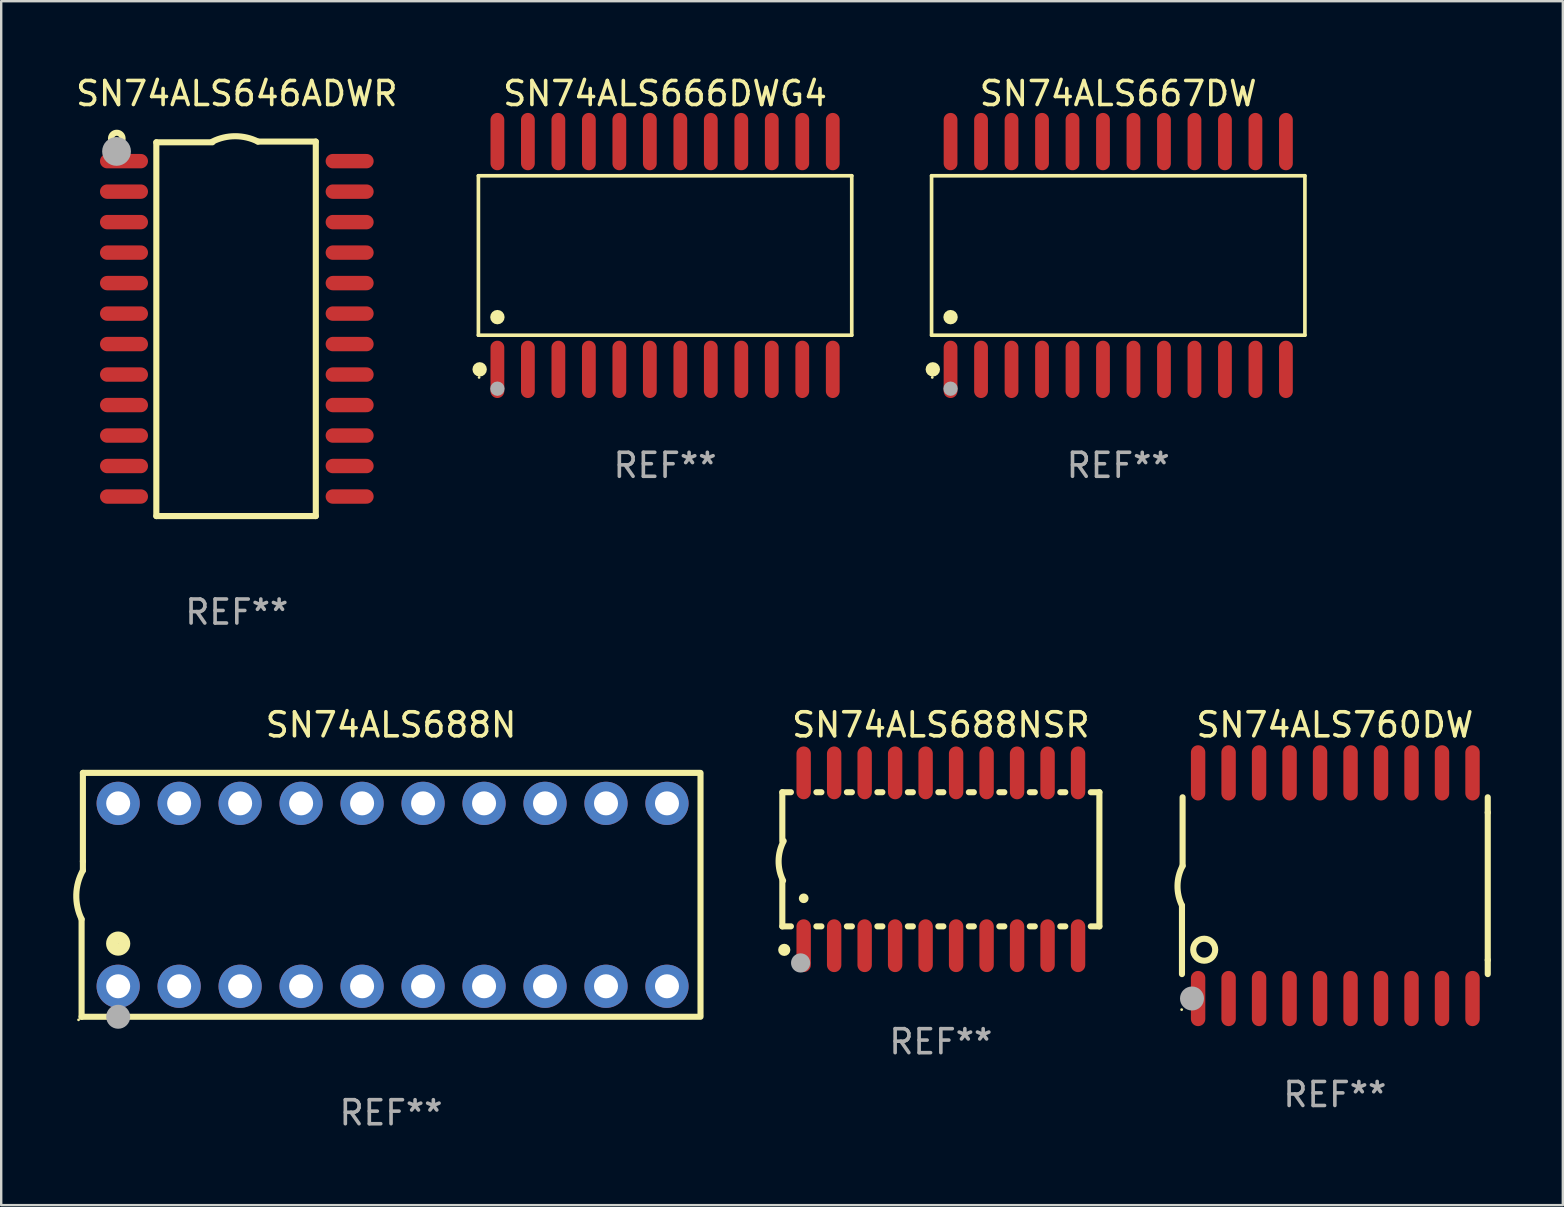
<source format=kicad_pcb>
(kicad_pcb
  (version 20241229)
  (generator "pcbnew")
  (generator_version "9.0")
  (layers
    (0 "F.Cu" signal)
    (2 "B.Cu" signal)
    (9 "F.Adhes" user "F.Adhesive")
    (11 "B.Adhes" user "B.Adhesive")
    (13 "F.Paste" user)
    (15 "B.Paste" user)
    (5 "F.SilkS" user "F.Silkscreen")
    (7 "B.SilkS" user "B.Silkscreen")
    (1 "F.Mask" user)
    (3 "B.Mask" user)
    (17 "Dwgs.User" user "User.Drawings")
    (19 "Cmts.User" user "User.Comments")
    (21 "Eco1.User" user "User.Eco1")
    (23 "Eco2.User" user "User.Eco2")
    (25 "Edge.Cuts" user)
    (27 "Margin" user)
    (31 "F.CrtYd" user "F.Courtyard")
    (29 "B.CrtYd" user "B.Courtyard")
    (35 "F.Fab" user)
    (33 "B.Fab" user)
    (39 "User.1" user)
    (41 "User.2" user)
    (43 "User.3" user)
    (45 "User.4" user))
  (footprint "SN74ALS688NSR"
    (layer "F.Cu")
    (at 36.143 32.745)
    (property "Reference" "SN74ALS688NSR" (at 0 -5.6 0) (layer "F.SilkS") (effects (font (size 1 1) (thickness 0.15))))
    (attr through_hole)
    (fp_line (start -6.604 -2.794) (end -6.246 -2.794) (stroke (width 0.254) (type solid)) (layer "F.SilkS"))
    (fp_line (start -6.604 -0.762) (end -6.604 -2.794) (stroke (width 0.254) (type solid)) (layer "F.SilkS"))
    (fp_line (start -6.604 2.794) (end -6.604 0.889) (stroke (width 0.254) (type solid)) (layer "F.SilkS"))
    (fp_line (start -6.246 2.794) (end -6.604 2.794) (stroke (width 0.254) (type solid)) (layer "F.SilkS"))
    (fp_line (start -5.184 -2.794) (end -4.976 -2.794) (stroke (width 0.254) (type solid)) (layer "F.SilkS"))
    (fp_line (start -4.976 2.794) (end -5.184 2.794) (stroke (width 0.254) (type solid)) (layer "F.SilkS"))
    (fp_line (start -3.914 -2.794) (end -3.706 -2.794) (stroke (width 0.254) (type solid)) (layer "F.SilkS"))
    (fp_line (start -3.706 2.794) (end -3.914 2.794) (stroke (width 0.254) (type solid)) (layer "F.SilkS"))
    (fp_line (start -2.644 -2.794) (end -2.436 -2.794) (stroke (width 0.254) (type solid)) (layer "F.SilkS"))
    (fp_line (start -2.436 2.794) (end -2.644 2.794) (stroke (width 0.254) (type solid)) (layer "F.SilkS"))
    (fp_line (start -1.374 -2.794) (end -1.166 -2.794) (stroke (width 0.254) (type solid)) (layer "F.SilkS"))
    (fp_line (start -1.166 2.794) (end -1.374 2.794) (stroke (width 0.254) (type solid)) (layer "F.SilkS"))
    (fp_line (start -0.104 -2.794) (end 0.104 -2.794) (stroke (width 0.254) (type solid)) (layer "F.SilkS"))
    (fp_line (start 0.104 2.794) (end -0.104 2.794) (stroke (width 0.254) (type solid)) (layer "F.SilkS"))
    (fp_line (start 1.166 -2.794) (end 1.374 -2.794) (stroke (width 0.254) (type solid)) (layer "F.SilkS"))
    (fp_line (start 1.374 2.794) (end 1.166 2.794) (stroke (width 0.254) (type solid)) (layer "F.SilkS"))
    (fp_line (start 2.436 -2.794) (end 2.644 -2.794) (stroke (width 0.254) (type solid)) (layer "F.SilkS"))
    (fp_line (start 2.644 2.794) (end 2.436 2.794) (stroke (width 0.254) (type solid)) (layer "F.SilkS"))
    (fp_line (start 3.706 -2.794) (end 3.914 -2.794) (stroke (width 0.254) (type solid)) (layer "F.SilkS"))
    (fp_line (start 3.914 2.794) (end 3.706 2.794) (stroke (width 0.254) (type solid)) (layer "F.SilkS"))
    (fp_line (start 4.976 -2.794) (end 5.184 -2.794) (stroke (width 0.254) (type solid)) (layer "F.SilkS"))
    (fp_line (start 5.184 2.794) (end 4.976 2.794) (stroke (width 0.254) (type solid)) (layer "F.SilkS"))
    (fp_line (start 6.246 -2.794) (end 6.604 -2.794) (stroke (width 0.254) (type solid)) (layer "F.SilkS"))
    (fp_line (start 6.604 -2.794) (end 6.604 2.794) (stroke (width 0.254) (type solid)) (layer "F.SilkS"))
    (fp_line (start 6.604 2.794) (end 6.246 2.794) (stroke (width 0.254) (type solid)) (layer "F.SilkS"))
    (fp_arc (start -6.572821 0.889028) (mid -6.759035 0.060466) (end -6.547422 -0.761976) (stroke (width 0.254001) (type solid)) (layer "F.SilkS"))
    (fp_arc (start -6.570993 3.749047) (mid -6.569723 3.749042) (end -6.568453 3.749047) (stroke (width 0.3) (type solid)) (layer "F.SilkS"))
    (fp_arc (start -5.715011 1.625603) (mid -5.713741 1.625599) (end -5.712471 1.625603) (stroke (width 0.4) (type solid)) (layer "F.SilkS"))
    (fp_circle (center -6.523 3.773) (end -6.396 3.773) (stroke (width 0.254) (type solid)) (fill no) (layer "F.SilkS"))
    (fp_circle (center -5.842 4.318) (end -5.642 4.318) (stroke (width 0.4) (type solid)) (fill no) (layer "F.Fab"))
    (fp_text user "REF**" (at 0 7.6 0) (layer "F.Fab") (effects (font (size 1 1) (thickness 0.15))))
    (pad "1" smd oval (at -5.715 3.6) (size 0.6 2.2) (layers "F.Cu" "F.Mask" "F.Paste"))
    (pad "2" smd oval (at -4.445 3.6) (size 0.6 2.2) (layers "F.Cu" "F.Mask" "F.Paste"))
    (pad "3" smd oval (at -3.175 3.6) (size 0.6 2.2) (layers "F.Cu" "F.Mask" "F.Paste"))
    (pad "4" smd oval (at -1.905 3.6) (size 0.6 2.2) (layers "F.Cu" "F.Mask" "F.Paste"))
    (pad "5" smd oval (at -0.635 3.6) (size 0.6 2.2) (layers "F.Cu" "F.Mask" "F.Paste"))
    (pad "6" smd oval (at 0.635 3.6) (size 0.6 2.2) (layers "F.Cu" "F.Mask" "F.Paste"))
    (pad "7" smd oval (at 1.905 3.6) (size 0.6 2.2) (layers "F.Cu" "F.Mask" "F.Paste"))
    (pad "8" smd oval (at 3.175 3.6) (size 0.6 2.2) (layers "F.Cu" "F.Mask" "F.Paste"))
    (pad "9" smd oval (at 4.445 3.6) (size 0.6 2.2) (layers "F.Cu" "F.Mask" "F.Paste"))
    (pad "10" smd oval (at 5.715 3.6) (size 0.6 2.2) (layers "F.Cu" "F.Mask" "F.Paste"))
    (pad "11" smd oval (at 5.715 -3.6 180) (size 0.6 2.2) (layers "F.Cu" "F.Mask" "F.Paste"))
    (pad "12" smd oval (at 4.445 -3.6 180) (size 0.6 2.2) (layers "F.Cu" "F.Mask" "F.Paste"))
    (pad "13" smd oval (at 3.175 -3.6 180) (size 0.6 2.2) (layers "F.Cu" "F.Mask" "F.Paste"))
    (pad "14" smd oval (at 1.905 -3.6 180) (size 0.6 2.2) (layers "F.Cu" "F.Mask" "F.Paste"))
    (pad "15" smd oval (at 0.635 -3.6 180) (size 0.6 2.2) (layers "F.Cu" "F.Mask" "F.Paste"))
    (pad "16" smd oval (at -0.635 -3.6 180) (size 0.6 2.2) (layers "F.Cu" "F.Mask" "F.Paste"))
    (pad "17" smd oval (at -1.905 -3.6 180) (size 0.6 2.2) (layers "F.Cu" "F.Mask" "F.Paste"))
    (pad "18" smd oval (at -3.175 -3.6 180) (size 0.6 2.2) (layers "F.Cu" "F.Mask" "F.Paste"))
    (pad "19" smd oval (at -4.445 -3.6 180) (size 0.6 2.2) (layers "F.Cu" "F.Mask" "F.Paste"))
    (pad "20" smd oval (at -5.715 -3.6 180) (size 0.6 2.2) (layers "F.Cu" "F.Mask" "F.Paste")))
  (footprint "SN74ALS688N"
    (layer "F.Cu")
    (at 13.24 34.225)
    (property "Reference" "SN74ALS688N" (at 0 -7.08 0) (layer "F.SilkS") (effects (font (size 1 1) (thickness 0.15))))
    (attr through_hole)
    (fp_line (start -12.891 5.08) (end -12.891 1.016) (stroke (width 0.254) (type solid)) (layer "F.SilkS"))
    (fp_line (start -12.891 5.08) (end 12.891 5.08) (stroke (width 0.254) (type solid)) (layer "F.SilkS"))
    (fp_line (start -12.837 -5.08) (end -12.837 -1.397) (stroke (width 0.254) (type solid)) (layer "F.SilkS"))
    (fp_line (start -12.837 -5.08) (end 12.891 -5.08) (stroke (width 0.254) (type solid)) (layer "F.SilkS"))
    (fp_line (start -12.837 -1.397) (end -12.837 -1.016) (stroke (width 0.254) (type solid)) (layer "F.SilkS"))
    (fp_line (start 12.891 -5) (end 12.891 5) (stroke (width 0.254) (type solid)) (layer "F.SilkS"))
    (fp_arc (start -12.890526 1.016002) (mid -13.111945 -0.006602) (end -12.836525 -1.016002) (stroke (width 0.254001) (type solid)) (layer "F.SilkS"))
    (fp_circle (center -13.018 5.207) (end -12.988 5.207) (stroke (width 0.06) (type solid)) (fill no) (layer "F.SilkS"))
    (fp_circle (center -11.367 2.032) (end -11.113 2.032) (stroke (width 0.5) (type solid)) (fill no) (layer "F.SilkS"))
    (fp_circle (center -11.367 5.08) (end -11.117 5.08) (stroke (width 0.5) (type solid)) (fill no) (layer "F.Fab"))
    (fp_text user "REF**" (at 0 9.08 0) (layer "F.Fab") (effects (font (size 1 1) (thickness 0.15))))
    (pad "1" thru_hole circle (at -11.367 3.81) (size 1.8 1.8) (drill 1) (layers "*.Cu" "*.Mask"))
    (pad "2" thru_hole circle (at -8.827 3.81) (size 1.8 1.8) (drill 1) (layers "*.Cu" "*.Mask"))
    (pad "3" thru_hole circle (at -6.287 3.81) (size 1.8 1.8) (drill 1) (layers "*.Cu" "*.Mask"))
    (pad "4" thru_hole circle (at -3.747 3.81) (size 1.8 1.8) (drill 1) (layers "*.Cu" "*.Mask"))
    (pad "5" thru_hole circle (at -1.207 3.81) (size 1.8 1.8) (drill 1) (layers "*.Cu" "*.Mask"))
    (pad "6" thru_hole circle (at 1.334 3.81) (size 1.8 1.8) (drill 1) (layers "*.Cu" "*.Mask"))
    (pad "7" thru_hole circle (at 3.874 3.81) (size 1.8 1.8) (drill 1) (layers "*.Cu" "*.Mask"))
    (pad "8" thru_hole circle (at 6.414 3.81) (size 1.8 1.8) (drill 1) (layers "*.Cu" "*.Mask"))
    (pad "9" thru_hole circle (at 8.954 3.81) (size 1.8 1.8) (drill 1) (layers "*.Cu" "*.Mask"))
    (pad "10" thru_hole circle (at 11.494 3.81) (size 1.8 1.8) (drill 1) (layers "*.Cu" "*.Mask"))
    (pad "11" thru_hole circle (at 11.494 -3.81) (size 1.8 1.8) (drill 1) (layers "*.Cu" "*.Mask"))
    (pad "12" thru_hole circle (at 8.954 -3.81) (size 1.8 1.8) (drill 1) (layers "*.Cu" "*.Mask"))
    (pad "13" thru_hole circle (at 6.414 -3.81) (size 1.8 1.8) (drill 1) (layers "*.Cu" "*.Mask"))
    (pad "14" thru_hole circle (at 3.874 -3.81) (size 1.8 1.8) (drill 1) (layers "*.Cu" "*.Mask"))
    (pad "15" thru_hole circle (at 1.334 -3.81) (size 1.8 1.8) (drill 1) (layers "*.Cu" "*.Mask"))
    (pad "16" thru_hole circle (at -1.207 -3.81) (size 1.8 1.8) (drill 1) (layers "*.Cu" "*.Mask"))
    (pad "17" thru_hole circle (at -3.747 -3.81) (size 1.8 1.8) (drill 1) (layers "*.Cu" "*.Mask"))
    (pad "18" thru_hole circle (at -6.287 -3.81) (size 1.8 1.8) (drill 1) (layers "*.Cu" "*.Mask"))
    (pad "19" thru_hole circle (at -8.827 -3.81) (size 1.8 1.8) (drill 1) (layers "*.Cu" "*.Mask"))
    (pad "20" thru_hole circle (at -11.367 -3.81) (size 1.8 1.8) (drill 1) (layers "*.Cu" "*.Mask")))
  (footprint "SN74ALS666DWG4"
    (layer "F.Cu")
    (at 24.655 7.592)
    (property "Reference" "SN74ALS666DWG4" (at 0 -6.744 0) (layer "F.SilkS") (effects (font (size 1 1) (thickness 0.15))))
    (attr through_hole)
    (fp_line (start -7.776 -3.321) (end 7.776 -3.321) (stroke (width 0.152) (type solid)) (layer "F.SilkS"))
    (fp_line (start -7.776 3.321) (end -7.776 -3.321) (stroke (width 0.152) (type solid)) (layer "F.SilkS"))
    (fp_line (start 7.776 -3.321) (end 7.776 3.321) (stroke (width 0.152) (type solid)) (layer "F.SilkS"))
    (fp_line (start 7.776 3.321) (end -7.776 3.321) (stroke (width 0.152) (type solid)) (layer "F.SilkS"))
    (fp_circle (center -7.747 5.08) (end -7.717 5.08) (stroke (width 0.06) (type solid)) (fill no) (layer "F.SilkS"))
    (fp_circle (center -7.724 4.744) (end -7.574 4.744) (stroke (width 0.3) (type solid)) (fill no) (layer "F.SilkS"))
    (fp_circle (center -6.985 2.569) (end -6.835 2.569) (stroke (width 0.3) (type solid)) (fill no) (layer "F.SilkS"))
    (fp_circle (center -6.985 5.55) (end -6.835 5.55) (stroke (width 0.3) (type solid)) (fill no) (layer "F.Fab"))
    (fp_text user "REF**" (at 0 8.744 0) (layer "F.Fab") (effects (font (size 1 1) (thickness 0.15))))
    (pad "1" smd oval (at -6.985 4.744) (size 0.574 2.388) (layers "F.Cu" "F.Mask" "F.Paste"))
    (pad "2" smd oval (at -5.715 4.744) (size 0.574 2.388) (layers "F.Cu" "F.Mask" "F.Paste"))
    (pad "3" smd oval (at -4.445 4.744) (size 0.574 2.388) (layers "F.Cu" "F.Mask" "F.Paste"))
    (pad "4" smd oval (at -3.175 4.744) (size 0.574 2.388) (layers "F.Cu" "F.Mask" "F.Paste"))
    (pad "5" smd oval (at -1.905 4.744) (size 0.574 2.388) (layers "F.Cu" "F.Mask" "F.Paste"))
    (pad "6" smd oval (at -0.635 4.744) (size 0.574 2.388) (layers "F.Cu" "F.Mask" "F.Paste"))
    (pad "7" smd oval (at 0.635 4.744) (size 0.574 2.388) (layers "F.Cu" "F.Mask" "F.Paste"))
    (pad "8" smd oval (at 1.905 4.744) (size 0.574 2.388) (layers "F.Cu" "F.Mask" "F.Paste"))
    (pad "9" smd oval (at 3.175 4.744) (size 0.574 2.388) (layers "F.Cu" "F.Mask" "F.Paste"))
    (pad "10" smd oval (at 4.445 4.744) (size 0.574 2.388) (layers "F.Cu" "F.Mask" "F.Paste"))
    (pad "11" smd oval (at 5.715 4.744) (size 0.574 2.388) (layers "F.Cu" "F.Mask" "F.Paste"))
    (pad "12" smd oval (at 6.985 4.744) (size 0.574 2.388) (layers "F.Cu" "F.Mask" "F.Paste"))
    (pad "13" smd oval (at 6.985 -4.744) (size 0.574 2.388) (layers "F.Cu" "F.Mask" "F.Paste"))
    (pad "14" smd oval (at 5.715 -4.744) (size 0.574 2.388) (layers "F.Cu" "F.Mask" "F.Paste"))
    (pad "15" smd oval (at 4.445 -4.744) (size 0.574 2.388) (layers "F.Cu" "F.Mask" "F.Paste"))
    (pad "16" smd oval (at 3.175 -4.744) (size 0.574 2.388) (layers "F.Cu" "F.Mask" "F.Paste"))
    (pad "17" smd oval (at 1.905 -4.744) (size 0.574 2.388) (layers "F.Cu" "F.Mask" "F.Paste"))
    (pad "18" smd oval (at 0.635 -4.744) (size 0.574 2.388) (layers "F.Cu" "F.Mask" "F.Paste"))
    (pad "19" smd oval (at -0.635 -4.744) (size 0.574 2.388) (layers "F.Cu" "F.Mask" "F.Paste"))
    (pad "20" smd oval (at -1.905 -4.744) (size 0.574 2.388) (layers "F.Cu" "F.Mask" "F.Paste"))
    (pad "21" smd oval (at -3.175 -4.744) (size 0.574 2.388) (layers "F.Cu" "F.Mask" "F.Paste"))
    (pad "22" smd oval (at -4.445 -4.744) (size 0.574 2.388) (layers "F.Cu" "F.Mask" "F.Paste"))
    (pad "23" smd oval (at -5.715 -4.744) (size 0.574 2.388) (layers "F.Cu" "F.Mask" "F.Paste"))
    (pad "24" smd oval (at -6.985 -4.744) (size 0.574 2.388) (layers "F.Cu" "F.Mask" "F.Paste")))
  (footprint "SN74ALS667DW"
    (layer "F.Cu")
    (at 43.532 7.592)
    (property "Reference" "SN74ALS667DW" (at 0 -6.744 0) (layer "F.SilkS") (effects (font (size 1 1) (thickness 0.15))))
    (attr through_hole)
    (fp_line (start -7.776 -3.321) (end 7.776 -3.321) (stroke (width 0.152) (type solid)) (layer "F.SilkS"))
    (fp_line (start -7.776 3.321) (end -7.776 -3.321) (stroke (width 0.152) (type solid)) (layer "F.SilkS"))
    (fp_line (start 7.776 -3.321) (end 7.776 3.321) (stroke (width 0.152) (type solid)) (layer "F.SilkS"))
    (fp_line (start 7.776 3.321) (end -7.776 3.321) (stroke (width 0.152) (type solid)) (layer "F.SilkS"))
    (fp_circle (center -7.747 5.08) (end -7.717 5.08) (stroke (width 0.06) (type solid)) (fill no) (layer "F.SilkS"))
    (fp_circle (center -7.724 4.744) (end -7.574 4.744) (stroke (width 0.3) (type solid)) (fill no) (layer "F.SilkS"))
    (fp_circle (center -6.985 2.569) (end -6.835 2.569) (stroke (width 0.3) (type solid)) (fill no) (layer "F.SilkS"))
    (fp_circle (center -6.985 5.55) (end -6.835 5.55) (stroke (width 0.3) (type solid)) (fill no) (layer "F.Fab"))
    (fp_text user "REF**" (at 0 8.744 0) (layer "F.Fab") (effects (font (size 1 1) (thickness 0.15))))
    (pad "1" smd oval (at -6.985 4.744) (size 0.574 2.388) (layers "F.Cu" "F.Mask" "F.Paste"))
    (pad "2" smd oval (at -5.715 4.744) (size 0.574 2.388) (layers "F.Cu" "F.Mask" "F.Paste"))
    (pad "3" smd oval (at -4.445 4.744) (size 0.574 2.388) (layers "F.Cu" "F.Mask" "F.Paste"))
    (pad "4" smd oval (at -3.175 4.744) (size 0.574 2.388) (layers "F.Cu" "F.Mask" "F.Paste"))
    (pad "5" smd oval (at -1.905 4.744) (size 0.574 2.388) (layers "F.Cu" "F.Mask" "F.Paste"))
    (pad "6" smd oval (at -0.635 4.744) (size 0.574 2.388) (layers "F.Cu" "F.Mask" "F.Paste"))
    (pad "7" smd oval (at 0.635 4.744) (size 0.574 2.388) (layers "F.Cu" "F.Mask" "F.Paste"))
    (pad "8" smd oval (at 1.905 4.744) (size 0.574 2.388) (layers "F.Cu" "F.Mask" "F.Paste"))
    (pad "9" smd oval (at 3.175 4.744) (size 0.574 2.388) (layers "F.Cu" "F.Mask" "F.Paste"))
    (pad "10" smd oval (at 4.445 4.744) (size 0.574 2.388) (layers "F.Cu" "F.Mask" "F.Paste"))
    (pad "11" smd oval (at 5.715 4.744) (size 0.574 2.388) (layers "F.Cu" "F.Mask" "F.Paste"))
    (pad "12" smd oval (at 6.985 4.744) (size 0.574 2.388) (layers "F.Cu" "F.Mask" "F.Paste"))
    (pad "13" smd oval (at 6.985 -4.744) (size 0.574 2.388) (layers "F.Cu" "F.Mask" "F.Paste"))
    (pad "14" smd oval (at 5.715 -4.744) (size 0.574 2.388) (layers "F.Cu" "F.Mask" "F.Paste"))
    (pad "15" smd oval (at 4.445 -4.744) (size 0.574 2.388) (layers "F.Cu" "F.Mask" "F.Paste"))
    (pad "16" smd oval (at 3.175 -4.744) (size 0.574 2.388) (layers "F.Cu" "F.Mask" "F.Paste"))
    (pad "17" smd oval (at 1.905 -4.744) (size 0.574 2.388) (layers "F.Cu" "F.Mask" "F.Paste"))
    (pad "18" smd oval (at 0.635 -4.744) (size 0.574 2.388) (layers "F.Cu" "F.Mask" "F.Paste"))
    (pad "19" smd oval (at -0.635 -4.744) (size 0.574 2.388) (layers "F.Cu" "F.Mask" "F.Paste"))
    (pad "20" smd oval (at -1.905 -4.744) (size 0.574 2.388) (layers "F.Cu" "F.Mask" "F.Paste"))
    (pad "21" smd oval (at -3.175 -4.744) (size 0.574 2.388) (layers "F.Cu" "F.Mask" "F.Paste"))
    (pad "22" smd oval (at -4.445 -4.744) (size 0.574 2.388) (layers "F.Cu" "F.Mask" "F.Paste"))
    (pad "23" smd oval (at -5.715 -4.744) (size 0.574 2.388) (layers "F.Cu" "F.Mask" "F.Paste"))
    (pad "24" smd oval (at -6.985 -4.744) (size 0.574 2.388) (layers "F.Cu" "F.Mask" "F.Paste")))
  (footprint "SN74ALS760DW"
    (layer "F.Cu")
    (at 52.556 33.845)
    (property "Reference" "SN74ALS760DW" (at 0 -6.7 0) (layer "F.SilkS") (effects (font (size 1 1) (thickness 0.15))))
    (attr through_hole)
    (fp_line (start -6.369 0.826) (end -6.369 3.683) (stroke (width 0.254) (type solid)) (layer "F.SilkS"))
    (fp_line (start -6.343 -0.825) (end -6.343 -3.683) (stroke (width 0.254) (type solid)) (layer "F.SilkS"))
    (fp_line (start 6.369 -3.048) (end 6.369 -3.683) (stroke (width 0.254) (type solid)) (layer "F.SilkS"))
    (fp_line (start 6.369 -3.048) (end 6.369 3.096) (stroke (width 0.254) (type solid)) (layer "F.SilkS"))
    (fp_line (start 6.369 3.096) (end 6.369 3.683) (stroke (width 0.254) (type solid)) (layer "F.SilkS"))
    (fp_arc (start -6.36853 0.825552) (mid -6.554743 -0.00301) (end -6.343129 -0.825451) (stroke (width 0.254001) (type solid)) (layer "F.SilkS"))
    (fp_circle (center -6.382 5.163) (end -6.352 5.163) (stroke (width 0.06) (type solid)) (fill no) (layer "F.SilkS"))
    (fp_circle (center -5.443 2.667) (end -4.985 2.667) (stroke (width 0.254) (type solid)) (fill no) (layer "F.SilkS"))
    (fp_circle (center -5.951 4.699) (end -5.701 4.699) (stroke (width 0.5) (type solid)) (fill no) (layer "F.Fab"))
    (fp_text user "REF**" (at 0 8.7 0) (layer "F.Fab") (effects (font (size 1 1) (thickness 0.15))))
    (pad "1" smd oval (at -5.697 4.7 180) (size 0.6 2.3) (layers "F.Cu" "F.Mask" "F.Paste"))
    (pad "2" smd oval (at -4.427 4.7 180) (size 0.6 2.3) (layers "F.Cu" "F.Mask" "F.Paste"))
    (pad "3" smd oval (at -3.157 4.7 180) (size 0.6 2.3) (layers "F.Cu" "F.Mask" "F.Paste"))
    (pad "4" smd oval (at -1.887 4.7 180) (size 0.6 2.3) (layers "F.Cu" "F.Mask" "F.Paste"))
    (pad "5" smd oval (at -0.617 4.7 180) (size 0.6 2.3) (layers "F.Cu" "F.Mask" "F.Paste"))
    (pad "6" smd oval (at 0.653 4.7 180) (size 0.6 2.3) (layers "F.Cu" "F.Mask" "F.Paste"))
    (pad "7" smd oval (at 1.923 4.7 180) (size 0.6 2.3) (layers "F.Cu" "F.Mask" "F.Paste"))
    (pad "8" smd oval (at 3.193 4.7 180) (size 0.6 2.3) (layers "F.Cu" "F.Mask" "F.Paste"))
    (pad "9" smd oval (at 4.463 4.7 180) (size 0.6 2.3) (layers "F.Cu" "F.Mask" "F.Paste"))
    (pad "10" smd oval (at 5.734 4.7 180) (size 0.6 2.3) (layers "F.Cu" "F.Mask" "F.Paste"))
    (pad "11" smd oval (at 5.734 -4.7 180) (size 0.6 2.3) (layers "F.Cu" "F.Mask" "F.Paste"))
    (pad "12" smd oval (at 4.463 -4.7 180) (size 0.6 2.3) (layers "F.Cu" "F.Mask" "F.Paste"))
    (pad "13" smd oval (at 3.193 -4.7 180) (size 0.6 2.3) (layers "F.Cu" "F.Mask" "F.Paste"))
    (pad "14" smd oval (at 1.923 -4.7 180) (size 0.6 2.3) (layers "F.Cu" "F.Mask" "F.Paste"))
    (pad "15" smd oval (at 0.653 -4.7 180) (size 0.6 2.3) (layers "F.Cu" "F.Mask" "F.Paste"))
    (pad "16" smd oval (at -0.617 -4.7 180) (size 0.6 2.3) (layers "F.Cu" "F.Mask" "F.Paste"))
    (pad "17" smd oval (at -1.887 -4.7 180) (size 0.6 2.3) (layers "F.Cu" "F.Mask" "F.Paste"))
    (pad "18" smd oval (at -3.157 -4.7 180) (size 0.6 2.3) (layers "F.Cu" "F.Mask" "F.Paste"))
    (pad "19" smd oval (at -4.427 -4.7 180) (size 0.6 2.3) (layers "F.Cu" "F.Mask" "F.Paste"))
    (pad "20" smd oval (at -5.697 -4.7 180) (size 0.6 2.3) (layers "F.Cu" "F.Mask" "F.Paste")))
  (footprint "SN74ALS646ADWR"
    (layer "F.Cu")
    (at 6.815 10.648)
    (property "Reference" "SN74ALS646ADWR" (at 0 -9.8 0) (layer "F.SilkS") (effects (font (size 1 1) (thickness 0.15))))
    (attr through_hole)
    (fp_line (start -3.353 -7.77) (end -1.016 -7.77) (stroke (width 0.254) (type solid)) (layer "F.SilkS"))
    (fp_line (start -3.353 7.8) (end -3.353 -7.77) (stroke (width 0.254) (type solid)) (layer "F.SilkS"))
    (fp_line (start 0.881 -7.8) (end 3.29 -7.8) (stroke (width 0.254) (type solid)) (layer "F.SilkS"))
    (fp_line (start 3.29 -7.8) (end 3.29 7.8) (stroke (width 0.254) (type solid)) (layer "F.SilkS"))
    (fp_line (start 3.29 7.8) (end -3.353 7.8) (stroke (width 0.254) (type solid)) (layer "F.SilkS"))
    (fp_arc (start -1.015951 -7.800025) (mid -0.067691 -8.023879) (end 0.880569 -7.800025) (stroke (width 0.254001) (type solid)) (layer "F.SilkS"))
    (fp_circle (center -5 -7.927) (end -4.886 -7.927) (stroke (width 0.254) (type solid)) (fill no) (layer "F.SilkS"))
    (fp_circle (center -5.01 -7.39) (end -4.71 -7.39) (stroke (width 0.6) (type solid)) (fill no) (layer "F.Fab"))
    (fp_text user "REF**" (at 0 11.8 0) (layer "F.Fab") (effects (font (size 1 1) (thickness 0.15))))
    (pad "1" smd oval (at -4.7 -6.985 270) (size 0.6 2) (layers "F.Cu" "F.Mask" "F.Paste"))
    (pad "2" smd oval (at -4.7 -5.715 270) (size 0.6 2) (layers "F.Cu" "F.Mask" "F.Paste"))
    (pad "3" smd oval (at -4.7 -4.445 270) (size 0.6 2) (layers "F.Cu" "F.Mask" "F.Paste"))
    (pad "4" smd oval (at -4.7 -3.175 270) (size 0.6 2) (layers "F.Cu" "F.Mask" "F.Paste"))
    (pad "5" smd oval (at -4.7 -1.905 270) (size 0.6 2) (layers "F.Cu" "F.Mask" "F.Paste"))
    (pad "6" smd oval (at -4.7 -0.635 270) (size 0.6 2) (layers "F.Cu" "F.Mask" "F.Paste"))
    (pad "7" smd oval (at -4.7 0.635 270) (size 0.6 2) (layers "F.Cu" "F.Mask" "F.Paste"))
    (pad "8" smd oval (at -4.7 1.905 270) (size 0.6 2) (layers "F.Cu" "F.Mask" "F.Paste"))
    (pad "9" smd oval (at -4.7 3.175 270) (size 0.6 2) (layers "F.Cu" "F.Mask" "F.Paste"))
    (pad "10" smd oval (at -4.7 4.445 270) (size 0.6 2) (layers "F.Cu" "F.Mask" "F.Paste"))
    (pad "11" smd oval (at -4.7 5.715 270) (size 0.6 2) (layers "F.Cu" "F.Mask" "F.Paste"))
    (pad "12" smd oval (at -4.7 6.985 270) (size 0.6 2) (layers "F.Cu" "F.Mask" "F.Paste"))
    (pad "13" smd oval (at 4.7 6.985 270) (size 0.6 2) (layers "F.Cu" "F.Mask" "F.Paste"))
    (pad "14" smd oval (at 4.7 5.715 270) (size 0.6 2) (layers "F.Cu" "F.Mask" "F.Paste"))
    (pad "15" smd oval (at 4.7 4.445 270) (size 0.6 2) (layers "F.Cu" "F.Mask" "F.Paste"))
    (pad "16" smd oval (at 4.7 3.175 270) (size 0.6 2) (layers "F.Cu" "F.Mask" "F.Paste"))
    (pad "17" smd oval (at 4.7 1.905 270) (size 0.6 2) (layers "F.Cu" "F.Mask" "F.Paste"))
    (pad "18" smd oval (at 4.7 0.635 270) (size 0.6 2) (layers "F.Cu" "F.Mask" "F.Paste"))
    (pad "19" smd oval (at 4.7 -0.635 270) (size 0.6 2) (layers "F.Cu" "F.Mask" "F.Paste"))
    (pad "20" smd oval (at 4.7 -1.905 270) (size 0.6 2) (layers "F.Cu" "F.Mask" "F.Paste"))
    (pad "21" smd oval (at 4.7 -3.175 270) (size 0.6 2) (layers "F.Cu" "F.Mask" "F.Paste"))
    (pad "22" smd oval (at 4.7 -4.445 270) (size 0.6 2) (layers "F.Cu" "F.Mask" "F.Paste"))
    (pad "23" smd oval (at 4.7 -5.715 270) (size 0.6 2) (layers "F.Cu" "F.Mask" "F.Paste"))
    (pad "24" smd oval (at 4.7 -6.985 270) (size 0.6 2) (layers "F.Cu" "F.Mask" "F.Paste")))
  (gr_rect
    (start -3 -3)
    (end 62.052 47.153)
    (stroke (width 0.1) (type default))
    (fill no)
    (layer "Edge.Cuts")))
</source>
